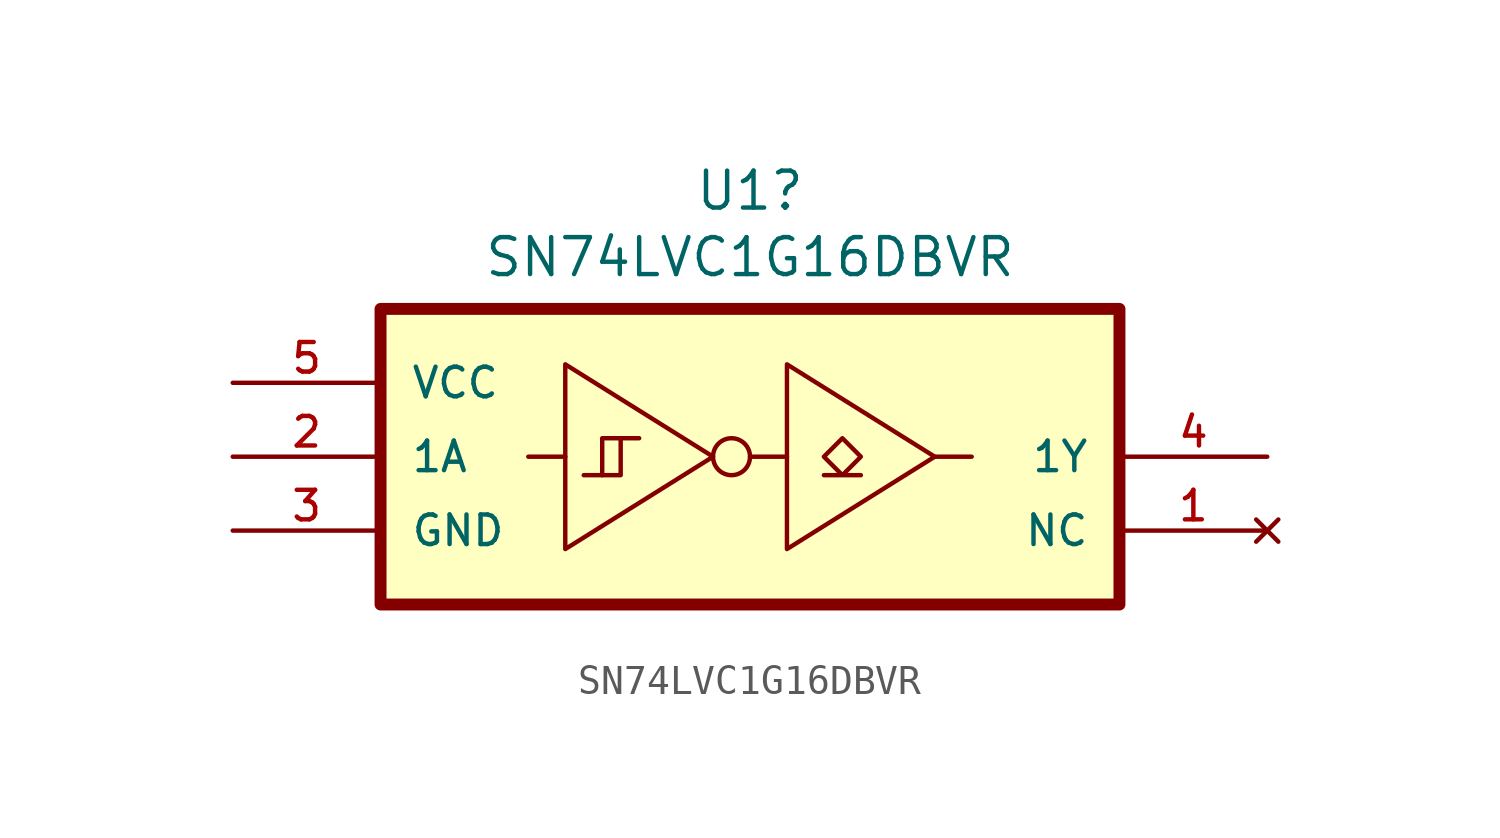
<source format=kicad_sym>
(kicad_symbol_lib
  (version 20241209)
  (generator "kicad_symbol_editor")
  (generator_version "9.0")
  (symbol "SN74LVC1G16DBVR"
    (pin_names
      (offset 1.016))
    (property "Reference" "U1"
      (at 0 7.874 0)
      (effects (font (size 1.27 1.27))))
    (property "Value" "SN74LVC1G16DBVR"
      (at 0 5.588 0)
      (effects (font (size 1.27 1.27))))
    (symbol "SN74LVC1G16DBVR_0_0"
      (rectangle (start -12.7 3.81) (end 12.7 -6.35) (stroke (width 0.41) (type default)) (fill (type background))))
    (symbol "SN74LVC1G16DBVR_0_1"
      (polyline (pts (xy -6.35 1.905) (xy -6.35 -4.445) (xy -1.27 -1.27) (xy -6.35 1.905)) (stroke (width 0) (type default)) (fill (type none)))
      (polyline (pts (xy -6.35 -1.27) (xy -7.62 -1.27)) (stroke (width 0) (type default)) (fill (type none)))
      (polyline (pts (xy -5.715 -1.905) (xy -4.445 -1.905) (xy -4.445 -0.635)) (stroke (width 0) (type default)) (fill (type none)))
      (polyline (pts (xy -3.81 -0.635) (xy -5.08 -0.635) (xy -5.08 -1.905)) (stroke (width 0) (type default)) (fill (type none)))
      (circle (center -0.635 -1.27) (radius 0.635) (stroke (width 0) (type default)) (fill (type none)))
      (polyline (pts (xy 0 -1.27) (xy 1.27 -1.27)) (stroke (width 0) (type default)) (fill (type none)))
      (polyline (pts (xy 1.27 1.905) (xy 1.27 -4.445) (xy 6.35 -1.27) (xy 1.27 1.905)) (stroke (width 0) (type default)) (fill (type none)))
      (polyline (pts (xy 2.54 -1.905) (xy 3.81 -1.905) (xy 3.175 -1.905) (xy 2.54 -1.27) (xy 3.175 -0.635) (xy 3.81 -1.27) (xy 3.175 -1.905)) (stroke (width 0) (type default)) (fill (type none)))
      (polyline (pts (xy 6.35 -1.27) (xy 7.62 -1.27)) (stroke (width 0) (type default)) (fill (type none))))
    (symbol "SN74LVC1G16DBVR_1_0"
      (pin power_in line (at -17.78 1.27 0) (length 5.08) (name "VCC" (effects (font (size 1.016 1.016)))) (number "5" (effects (font (size 1.016 1.016)))))
      (pin input line (at -17.78 -1.27 0) (length 5.08) (name "1A" (effects (font (size 1.016 1.016)))) (number "2" (effects (font (size 1.016 1.016)))))
      (pin power_in line (at -17.78 -3.81 0) (length 5.08) (name "GND" (effects (font (size 1.016 1.016)))) (number "3" (effects (font (size 1.016 1.016)))))
      (pin output line (at 17.78 -1.27 180) (length 5.08) (name "1Y" (effects (font (size 1.016 1.016)))) (number "4" (effects (font (size 1.016 1.016)))))
      (pin no_connect line (at 17.78 -3.81 180) (length 5.08) (name "NC" (effects (font (size 1.016 1.016)))) (number "1" (effects (font (size 1.016 1.016))))))))
</source>
